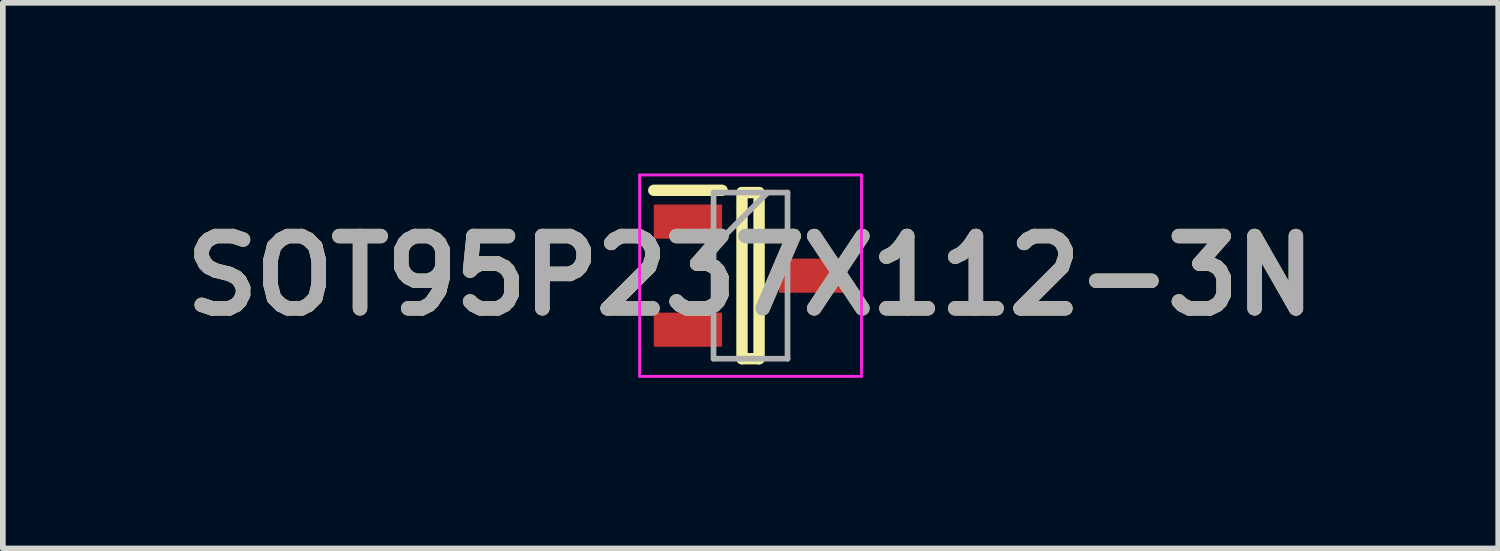
<source format=kicad_pcb>
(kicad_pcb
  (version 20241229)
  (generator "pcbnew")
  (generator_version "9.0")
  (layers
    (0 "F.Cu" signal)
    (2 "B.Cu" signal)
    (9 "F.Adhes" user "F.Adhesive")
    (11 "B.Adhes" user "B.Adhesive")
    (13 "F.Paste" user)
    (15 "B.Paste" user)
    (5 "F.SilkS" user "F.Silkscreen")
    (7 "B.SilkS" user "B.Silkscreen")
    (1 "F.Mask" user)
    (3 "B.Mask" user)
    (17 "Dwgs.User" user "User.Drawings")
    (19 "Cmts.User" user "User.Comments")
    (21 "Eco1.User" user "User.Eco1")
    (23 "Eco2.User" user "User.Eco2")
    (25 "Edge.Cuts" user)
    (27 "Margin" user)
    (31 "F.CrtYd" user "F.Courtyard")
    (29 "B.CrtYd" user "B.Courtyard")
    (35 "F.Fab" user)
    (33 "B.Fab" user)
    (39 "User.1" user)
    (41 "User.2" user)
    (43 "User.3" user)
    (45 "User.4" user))
  (footprint "SOT95P237X112-3N"
    (layer "F.Cu")
    (at 10.142 1.795)
    (property "Reference" "SOT95P237X112-3N" (at 0 0 0) (layer "F.SilkS") (effects (font (size 1.27 1.27) (thickness 0.254))))
    (attr smd)
    (fp_line (start -1.7 -1.5) (end -0.5 -1.5) (stroke (width 0.2) (type solid)) (layer "F.SilkS"))
    (fp_line (start -0.15 -1.46) (end 0.15 -1.46) (stroke (width 0.2) (type solid)) (layer "F.SilkS"))
    (fp_line (start -0.15 1.46) (end -0.15 -1.46) (stroke (width 0.2) (type solid)) (layer "F.SilkS"))
    (fp_line (start 0.15 -1.46) (end 0.15 1.46) (stroke (width 0.2) (type solid)) (layer "F.SilkS"))
    (fp_line (start 0.15 1.46) (end -0.15 1.46) (stroke (width 0.2) (type solid)) (layer "F.SilkS"))
    (fp_line (start -1.95 -1.77) (end 1.95 -1.77) (stroke (width 0.05) (type solid)) (layer "F.CrtYd"))
    (fp_line (start -1.95 1.77) (end -1.95 -1.77) (stroke (width 0.05) (type solid)) (layer "F.CrtYd"))
    (fp_line (start 1.95 -1.77) (end 1.95 1.77) (stroke (width 0.05) (type solid)) (layer "F.CrtYd"))
    (fp_line (start 1.95 1.77) (end -1.95 1.77) (stroke (width 0.05) (type solid)) (layer "F.CrtYd"))
    (fp_line (start -0.65 -1.46) (end 0.65 -1.46) (stroke (width 0.1) (type solid)) (layer "F.Fab"))
    (fp_line (start -0.65 -0.51) (end 0.3 -1.46) (stroke (width 0.1) (type solid)) (layer "F.Fab"))
    (fp_line (start -0.65 1.46) (end -0.65 -1.46) (stroke (width 0.1) (type solid)) (layer "F.Fab"))
    (fp_line (start 0.65 -1.46) (end 0.65 1.46) (stroke (width 0.1) (type solid)) (layer "F.Fab"))
    (fp_line (start 0.65 1.46) (end -0.65 1.46) (stroke (width 0.1) (type solid)) (layer "F.Fab"))
    (fp_text user "${REFERENCE}" (at 0 0 0) (layer "F.Fab") (effects (font (size 1.27 1.27) (thickness 0.254))))
    (pad "1" smd rect (at -1.1 -0.95 90) (size 0.6 1.2) (layers "F.Cu" "F.Mask" "F.Paste"))
    (pad "2" smd rect (at -1.1 0.95 90) (size 0.6 1.2) (layers "F.Cu" "F.Mask" "F.Paste"))
    (pad "3" smd rect (at 1.1 0 90) (size 0.6 1.2) (layers "F.Cu" "F.Mask" "F.Paste")))
  (gr_rect
    (start -3 -3)
    (end 23.284 6.59)
    (stroke (width 0.1) (type default))
    (fill no)
    (layer "Edge.Cuts")))
</source>
